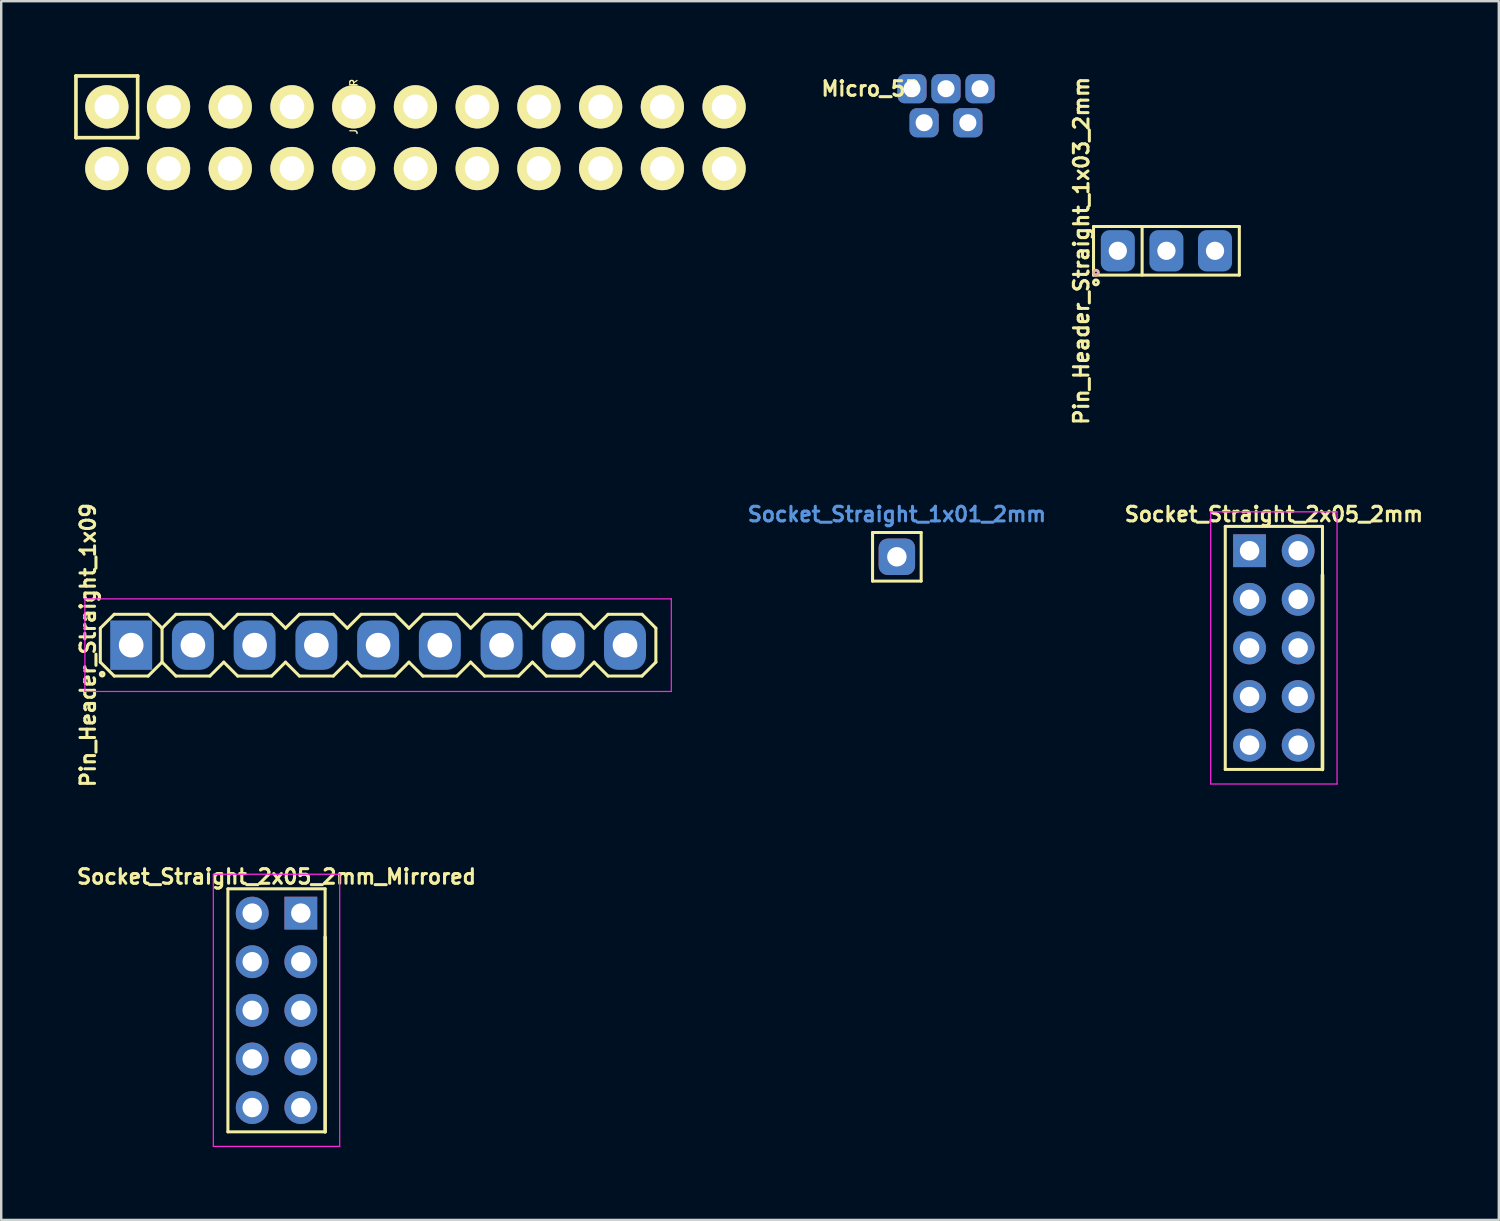
<source format=kicad_pcb>
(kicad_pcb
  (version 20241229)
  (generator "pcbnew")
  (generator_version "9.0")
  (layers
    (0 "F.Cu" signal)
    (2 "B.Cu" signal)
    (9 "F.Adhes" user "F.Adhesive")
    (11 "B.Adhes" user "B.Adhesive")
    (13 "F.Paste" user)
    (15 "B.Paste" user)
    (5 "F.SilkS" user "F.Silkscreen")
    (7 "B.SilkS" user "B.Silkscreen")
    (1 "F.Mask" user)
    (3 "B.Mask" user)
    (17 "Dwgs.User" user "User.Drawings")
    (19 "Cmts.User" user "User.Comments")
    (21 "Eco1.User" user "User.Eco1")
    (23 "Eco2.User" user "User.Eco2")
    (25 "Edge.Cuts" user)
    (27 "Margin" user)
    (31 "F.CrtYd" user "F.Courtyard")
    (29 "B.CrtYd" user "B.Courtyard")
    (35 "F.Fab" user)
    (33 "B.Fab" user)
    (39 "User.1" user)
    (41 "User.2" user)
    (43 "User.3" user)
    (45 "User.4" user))
  (footprint "Socket_Straight_2x05_2mm_Mirrored"
    (layer "F.Cu")
    (at 8.328 38.523)
    (property "Reference" "Socket_Straight_2x05_2mm_Mirrored" (at 0 -5.5 0) (layer "F.SilkS") (effects (font (size 0.6 0.6) (thickness 0.125))))
    (attr through_hole)
    (fp_line (start -2 -5) (end 2 -5) (stroke (width 0.125) (type solid)) (layer "F.SilkS"))
    (fp_line (start -2 5) (end -2 -5) (stroke (width 0.125) (type solid)) (layer "F.SilkS"))
    (fp_line (start 2 -5) (end 2 -3) (stroke (width 0.125) (type solid)) (layer "F.SilkS"))
    (fp_line (start 2 -3) (end 2 5) (stroke (width 0.15) (type solid)) (layer "F.SilkS"))
    (fp_line (start 2 5) (end -2 5) (stroke (width 0.125) (type solid)) (layer "F.SilkS"))
    (fp_line (start -2.6 -5.6) (end 2.6 -5.6) (stroke (width 0.05) (type solid)) (layer "F.CrtYd"))
    (fp_line (start -2.6 5.6) (end -2.6 -5.6) (stroke (width 0.05) (type solid)) (layer "F.CrtYd"))
    (fp_line (start 2.6 -5.6) (end 2.6 5.6) (stroke (width 0.05) (type solid)) (layer "F.CrtYd"))
    (fp_line (start 2.6 5.6) (end -2.6 5.6) (stroke (width 0.05) (type solid)) (layer "F.CrtYd"))
    (pad "1" thru_hole rect (at 1 -4) (size 1.35 1.35) (drill 0.8) (layers "*.Cu" "*.Mask"))
    (pad "2" thru_hole circle (at -1 -4) (size 1.35 1.35) (drill 0.8) (layers "*.Cu" "*.Mask"))
    (pad "3" thru_hole circle (at 1 -2) (size 1.35 1.35) (drill 0.8) (layers "*.Cu" "*.Mask"))
    (pad "4" thru_hole circle (at -1 -2) (size 1.35 1.35) (drill 0.8) (layers "*.Cu" "*.Mask"))
    (pad "5" thru_hole circle (at 1 0) (size 1.35 1.35) (drill 0.8) (layers "*.Cu" "*.Mask"))
    (pad "6" thru_hole circle (at -1 0) (size 1.35 1.35) (drill 0.8) (layers "*.Cu" "*.Mask"))
    (pad "7" thru_hole circle (at 1 2) (size 1.35 1.35) (drill 0.8) (layers "*.Cu" "*.Mask"))
    (pad "8" thru_hole circle (at -1 2) (size 1.35 1.35) (drill 0.8) (layers "*.Cu" "*.Mask"))
    (pad "9" thru_hole circle (at 1 4) (size 1.35 1.35) (drill 0.8) (layers "*.Cu" "*.Mask"))
    (pad "10" thru_hole circle (at -1 4) (size 1.35 1.35) (drill 0.8) (layers "*.Cu" "*.Mask")))
  (footprint "Socket_Straight_2x05_2mm"
    (layer "F.Cu")
    (at 49.367 23.611)
    (property "Reference" "Socket_Straight_2x05_2mm" (at 0 -5.5 0) (layer "F.SilkS") (effects (font (size 0.6 0.6) (thickness 0.125))))
    (attr through_hole)
    (fp_line (start -2 -5) (end 2 -5) (stroke (width 0.125) (type solid)) (layer "F.SilkS"))
    (fp_line (start -2 5) (end -2 -5) (stroke (width 0.125) (type solid)) (layer "F.SilkS"))
    (fp_line (start 2 -5) (end 2 -3) (stroke (width 0.125) (type solid)) (layer "F.SilkS"))
    (fp_line (start 2 -3) (end 2 5) (stroke (width 0.15) (type solid)) (layer "F.SilkS"))
    (fp_line (start 2 5) (end -2 5) (stroke (width 0.125) (type solid)) (layer "F.SilkS"))
    (fp_line (start -2.6 -5.6) (end 2.6 -5.6) (stroke (width 0.05) (type solid)) (layer "F.CrtYd"))
    (fp_line (start -2.6 5.6) (end -2.6 -5.6) (stroke (width 0.05) (type solid)) (layer "F.CrtYd"))
    (fp_line (start 2.6 -5.6) (end 2.6 5.6) (stroke (width 0.05) (type solid)) (layer "F.CrtYd"))
    (fp_line (start 2.6 5.6) (end -2.6 5.6) (stroke (width 0.05) (type solid)) (layer "F.CrtYd"))
    (pad "1" thru_hole rect (at -1 -4) (size 1.35 1.35) (drill 0.8) (layers "*.Cu" "*.Mask"))
    (pad "2" thru_hole circle (at 1 -4) (size 1.35 1.35) (drill 0.8) (layers "*.Cu" "*.Mask"))
    (pad "3" thru_hole circle (at -1 -2) (size 1.35 1.35) (drill 0.8) (layers "*.Cu" "*.Mask"))
    (pad "4" thru_hole circle (at 1 -2) (size 1.35 1.35) (drill 0.8) (layers "*.Cu" "*.Mask"))
    (pad "5" thru_hole circle (at -1 0) (size 1.35 1.35) (drill 0.8) (layers "*.Cu" "*.Mask"))
    (pad "6" thru_hole circle (at 1 0) (size 1.35 1.35) (drill 0.8) (layers "*.Cu" "*.Mask"))
    (pad "7" thru_hole circle (at -1 2) (size 1.35 1.35) (drill 0.8) (layers "*.Cu" "*.Mask"))
    (pad "8" thru_hole circle (at 1 2) (size 1.35 1.35) (drill 0.8) (layers "*.Cu" "*.Mask"))
    (pad "9" thru_hole circle (at -1 4) (size 1.35 1.35) (drill 0.8) (layers "*.Cu" "*.Mask"))
    (pad "10" thru_hole circle (at 1 4) (size 1.35 1.35) (drill 0.8) (layers "*.Cu" "*.Mask")))
  (footprint "Micro_5P"
    (layer "F.Cu")
    (at 35.876 0.6)
    (property "Reference" "Micro_5P" (at -3.1 0 0) (layer "F.SilkS") (effects (font (size 0.6 0.6) (thickness 0.125))))
    (attr exclude_from_pos_files exclude_from_bom)
    (pad "1" thru_hole roundrect (at -1.4 0) (size 1.2 1.2) (drill 0.7) (layers "*.Cu" "*.Mask") (roundrect_rratio 0.25))
    (pad "2" thru_hole roundrect (at -0.9 1.4) (size 1.2 1.2) (drill 0.7) (layers "*.Cu" "*.Mask") (roundrect_rratio 0.25))
    (pad "3" thru_hole roundrect (at 0 0) (size 1.2 1.2) (drill 0.7) (layers "*.Cu" "*.Mask") (roundrect_rratio 0.25))
    (pad "4" thru_hole roundrect (at 0.9 1.4) (size 1.2 1.2) (drill 0.7) (layers "*.Cu" "*.Mask") (roundrect_rratio 0.25))
    (pad "5" thru_hole roundrect (at 1.4 0) (size 1.2 1.2) (drill 0.7) (layers "*.Cu" "*.Mask") (roundrect_rratio 0.25)))
  (footprint "Pin_Header_Straight_1x03_2mm"
    (layer "F.Cu")
    (at 44.946 7.27)
    (property "Reference" "Pin_Header_Straight_1x03_2mm" (at -3.5 0 90) (layer "F.SilkS") (effects (font (size 0.6 0.6) (thickness 0.125))))
    (attr through_hole)
    (fp_line (start -3 -1) (end 3 -1) (stroke (width 0.125) (type solid)) (layer "F.SilkS"))
    (fp_line (start -3 1) (end -3 -1) (stroke (width 0.125) (type solid)) (layer "F.SilkS"))
    (fp_line (start -1 -1) (end -1 1) (stroke (width 0.125) (type solid)) (layer "F.SilkS"))
    (fp_line (start 3 -1) (end 3 1) (stroke (width 0.125) (type solid)) (layer "F.SilkS"))
    (fp_line (start 3 1) (end -3 1) (stroke (width 0.125) (type solid)) (layer "F.SilkS"))
    (fp_circle (center -2.9 1.3) (end -2.9 1.2) (stroke (width 0.125) (type solid)) (fill no) (layer "F.SilkS"))
    (fp_circle (center -2.9 0.9) (end -2.9 1) (stroke (width 0.125) (type solid)) (fill no) (layer "B.SilkS"))
    (pad "1" thru_hole circle (at -2 0) (size 1.25 1.25) (drill 0.75) (layers "*.Cu" "*.Mask"))
    (pad "1" connect roundrect (at -2 0) (size 1.4 1.7) (layers "B.Cu" "B.Mask") (roundrect_rratio 0.25))
    (pad "2" thru_hole circle (at 0 0) (size 1.25 1.25) (drill 0.75) (layers "*.Cu" "*.Mask"))
    (pad "2" connect roundrect (at 0 0) (size 1.4 1.7) (layers "B.Cu" "B.Mask") (roundrect_rratio 0.25))
    (pad "3" thru_hole circle (at 2 0) (size 1.25 1.25) (drill 0.75) (layers "*.Cu" "*.Mask"))
    (pad "3" connect roundrect (at 2 0) (size 1.4 1.7) (layers "B.Cu" "B.Mask") (roundrect_rratio 0.25)))
  (footprint "Pin_Header_Straight_1x09"
    (layer "F.Cu")
    (at 12.508 23.497)
    (property "Reference" "Pin_Header_Straight_1x09" (at -11.938 0 90) (layer "F.SilkS") (effects (font (size 0.6 0.6) (thickness 0.125))))
    (attr through_hole)
    (fp_line (start -11.43 -0.699) (end -11.43 0.699) (stroke (width 0.125) (type solid)) (layer "F.SilkS"))
    (fp_line (start -11.43 -0.699) (end -10.858 -1.27) (stroke (width 0.125) (type solid)) (layer "F.SilkS"))
    (fp_line (start -11.43 0.699) (end -10.858 1.27) (stroke (width 0.125) (type solid)) (layer "F.SilkS"))
    (fp_line (start -10.858 -1.27) (end -9.461 -1.27) (stroke (width 0.125) (type solid)) (layer "F.SilkS"))
    (fp_line (start -10.858 1.27) (end -9.461 1.27) (stroke (width 0.125) (type solid)) (layer "F.SilkS"))
    (fp_line (start -8.89 -0.699) (end -9.461 -1.27) (stroke (width 0.125) (type solid)) (layer "F.SilkS"))
    (fp_line (start -8.89 -0.699) (end -8.89 0.699) (stroke (width 0.125) (type solid)) (layer "F.SilkS"))
    (fp_line (start -8.89 -0.699) (end -8.319 -1.27) (stroke (width 0.125) (type solid)) (layer "F.SilkS"))
    (fp_line (start -8.89 0.699) (end -9.461 1.27) (stroke (width 0.125) (type solid)) (layer "F.SilkS"))
    (fp_line (start -8.89 0.699) (end -8.319 1.27) (stroke (width 0.125) (type solid)) (layer "F.SilkS"))
    (fp_line (start -8.319 -1.27) (end -6.921 -1.27) (stroke (width 0.125) (type solid)) (layer "F.SilkS"))
    (fp_line (start -8.319 1.27) (end -6.921 1.27) (stroke (width 0.125) (type solid)) (layer "F.SilkS"))
    (fp_line (start -6.35 -0.699) (end -6.921 -1.27) (stroke (width 0.125) (type solid)) (layer "F.SilkS"))
    (fp_line (start -6.35 -0.699) (end -5.779 -1.27) (stroke (width 0.125) (type solid)) (layer "F.SilkS"))
    (fp_line (start -6.35 0.699) (end -6.921 1.27) (stroke (width 0.125) (type solid)) (layer "F.SilkS"))
    (fp_line (start -6.35 0.699) (end -5.779 1.27) (stroke (width 0.125) (type solid)) (layer "F.SilkS"))
    (fp_line (start -5.779 -1.27) (end -4.381 -1.27) (stroke (width 0.125) (type solid)) (layer "F.SilkS"))
    (fp_line (start -5.779 1.27) (end -4.381 1.27) (stroke (width 0.125) (type solid)) (layer "F.SilkS"))
    (fp_line (start -3.81 -0.699) (end -4.381 -1.27) (stroke (width 0.125) (type solid)) (layer "F.SilkS"))
    (fp_line (start -3.81 -0.699) (end -3.239 -1.27) (stroke (width 0.125) (type solid)) (layer "F.SilkS"))
    (fp_line (start -3.81 0.699) (end -4.381 1.27) (stroke (width 0.125) (type solid)) (layer "F.SilkS"))
    (fp_line (start -3.81 0.699) (end -3.239 1.27) (stroke (width 0.125) (type solid)) (layer "F.SilkS"))
    (fp_line (start -3.239 -1.27) (end -1.841 -1.27) (stroke (width 0.125) (type solid)) (layer "F.SilkS"))
    (fp_line (start -3.239 1.27) (end -1.841 1.27) (stroke (width 0.125) (type solid)) (layer "F.SilkS"))
    (fp_line (start -1.27 -0.699) (end -1.841 -1.27) (stroke (width 0.125) (type solid)) (layer "F.SilkS"))
    (fp_line (start -1.27 -0.699) (end -0.699 -1.27) (stroke (width 0.125) (type solid)) (layer "F.SilkS"))
    (fp_line (start -1.27 0.699) (end -1.841 1.27) (stroke (width 0.125) (type solid)) (layer "F.SilkS"))
    (fp_line (start -1.27 0.699) (end -0.699 1.27) (stroke (width 0.125) (type solid)) (layer "F.SilkS"))
    (fp_line (start -0.699 -1.27) (end 0.699 -1.27) (stroke (width 0.125) (type solid)) (layer "F.SilkS"))
    (fp_line (start -0.699 1.27) (end 0.699 1.27) (stroke (width 0.125) (type solid)) (layer "F.SilkS"))
    (fp_line (start 1.27 -0.699) (end 0.699 -1.27) (stroke (width 0.125) (type solid)) (layer "F.SilkS"))
    (fp_line (start 1.27 -0.699) (end 1.841 -1.27) (stroke (width 0.125) (type solid)) (layer "F.SilkS"))
    (fp_line (start 1.27 0.699) (end 0.699 1.27) (stroke (width 0.125) (type solid)) (layer "F.SilkS"))
    (fp_line (start 1.27 0.699) (end 1.841 1.27) (stroke (width 0.125) (type solid)) (layer "F.SilkS"))
    (fp_line (start 1.841 -1.27) (end 3.239 -1.27) (stroke (width 0.125) (type solid)) (layer "F.SilkS"))
    (fp_line (start 1.841 1.27) (end 3.239 1.27) (stroke (width 0.125) (type solid)) (layer "F.SilkS"))
    (fp_line (start 3.81 -0.699) (end 3.239 -1.27) (stroke (width 0.125) (type solid)) (layer "F.SilkS"))
    (fp_line (start 3.81 -0.699) (end 4.381 -1.27) (stroke (width 0.125) (type solid)) (layer "F.SilkS"))
    (fp_line (start 3.81 0.699) (end 3.239 1.27) (stroke (width 0.125) (type solid)) (layer "F.SilkS"))
    (fp_line (start 3.81 0.699) (end 4.381 1.27) (stroke (width 0.125) (type solid)) (layer "F.SilkS"))
    (fp_line (start 4.381 -1.27) (end 5.779 -1.27) (stroke (width 0.125) (type solid)) (layer "F.SilkS"))
    (fp_line (start 4.381 1.27) (end 5.779 1.27) (stroke (width 0.125) (type solid)) (layer "F.SilkS"))
    (fp_line (start 6.35 -0.699) (end 5.779 -1.27) (stroke (width 0.125) (type solid)) (layer "F.SilkS"))
    (fp_line (start 6.35 -0.699) (end 6.921 -1.27) (stroke (width 0.125) (type solid)) (layer "F.SilkS"))
    (fp_line (start 6.35 0.699) (end 5.779 1.27) (stroke (width 0.125) (type solid)) (layer "F.SilkS"))
    (fp_line (start 6.35 0.699) (end 6.921 1.27) (stroke (width 0.125) (type solid)) (layer "F.SilkS"))
    (fp_line (start 6.921 -1.27) (end 8.319 -1.27) (stroke (width 0.125) (type solid)) (layer "F.SilkS"))
    (fp_line (start 8.319 1.27) (end 6.921 1.27) (stroke (width 0.125) (type solid)) (layer "F.SilkS"))
    (fp_line (start 8.89 -0.699) (end 8.319 -1.27) (stroke (width 0.125) (type solid)) (layer "F.SilkS"))
    (fp_line (start 8.89 -0.699) (end 9.461 -1.27) (stroke (width 0.125) (type solid)) (layer "F.SilkS"))
    (fp_line (start 8.89 0.699) (end 8.319 1.27) (stroke (width 0.125) (type solid)) (layer "F.SilkS"))
    (fp_line (start 8.89 0.699) (end 9.461 1.27) (stroke (width 0.125) (type solid)) (layer "F.SilkS"))
    (fp_line (start 10.858 -1.27) (end 9.461 -1.27) (stroke (width 0.125) (type solid)) (layer "F.SilkS"))
    (fp_line (start 10.858 1.27) (end 9.461 1.27) (stroke (width 0.125) (type solid)) (layer "F.SilkS"))
    (fp_line (start 11.43 -0.699) (end 10.858 -1.27) (stroke (width 0.125) (type solid)) (layer "F.SilkS"))
    (fp_line (start 11.43 -0.699) (end 11.43 0.699) (stroke (width 0.125) (type solid)) (layer "F.SilkS"))
    (fp_line (start 11.43 0.699) (end 10.858 1.27) (stroke (width 0.125) (type solid)) (layer "F.SilkS"))
    (fp_circle (center -11.354 1.194) (end -11.354 1.27) (stroke (width 0.125) (type solid)) (fill no) (layer "F.SilkS"))
    (fp_line (start -12.065 -1.905) (end -12.065 1.905) (stroke (width 0.05) (type solid)) (layer "F.CrtYd"))
    (fp_line (start -12.065 1.905) (end 12.065 1.905) (stroke (width 0.05) (type solid)) (layer "F.CrtYd"))
    (fp_line (start 12.065 -1.905) (end -12.065 -1.905) (stroke (width 0.05) (type solid)) (layer "F.CrtYd"))
    (fp_line (start 12.065 1.905) (end 12.065 -1.905) (stroke (width 0.05) (type solid)) (layer "F.CrtYd"))
    (pad "1" thru_hole circle (at -10.16 0) (size 1.524 1.524) (drill 1.016) (layers "*.Cu" "*.Mask"))
    (pad "1" connect rect (at -10.16 0) (size 1.727 2.032) (layers "B.Cu" "B.Mask"))
    (pad "2" thru_hole circle (at -7.62 0) (size 1.524 1.524) (drill 1.016) (layers "*.Cu" "*.Mask"))
    (pad "2" connect roundrect (at -7.62 0) (size 1.727 2.032) (layers "B.Cu" "B.Mask") (roundrect_rratio 0.333))
    (pad "3" thru_hole circle (at -5.08 0) (size 1.524 1.524) (drill 1.016) (layers "*.Cu" "*.Mask"))
    (pad "3" connect roundrect (at -5.08 0) (size 1.727 2.032) (layers "B.Cu" "B.Mask") (roundrect_rratio 0.333))
    (pad "4" thru_hole circle (at -2.54 0) (size 1.524 1.524) (drill 1.016) (layers "*.Cu" "*.Mask"))
    (pad "4" connect roundrect (at -2.54 0) (size 1.727 2.032) (layers "B.Cu" "B.Mask") (roundrect_rratio 0.333))
    (pad "5" thru_hole circle (at 0 0) (size 1.524 1.524) (drill 1.016) (layers "*.Cu" "*.Mask"))
    (pad "5" connect roundrect (at 0 0) (size 1.727 2.032) (layers "B.Cu" "B.Mask") (roundrect_rratio 0.333))
    (pad "6" thru_hole circle (at 2.54 0) (size 1.524 1.524) (drill 1.016) (layers "*.Cu" "*.Mask"))
    (pad "6" connect roundrect (at 2.54 0) (size 1.727 2.032) (layers "B.Cu" "B.Mask") (roundrect_rratio 0.333))
    (pad "7" thru_hole circle (at 5.08 0) (size 1.524 1.524) (drill 1.016) (layers "*.Cu" "*.Mask"))
    (pad "7" connect roundrect (at 5.08 0) (size 1.727 2.032) (layers "B.Cu" "B.Mask") (roundrect_rratio 0.333))
    (pad "8" thru_hole circle (at 7.62 0) (size 1.524 1.524) (drill 1.016) (layers "*.Cu" "*.Mask"))
    (pad "8" connect roundrect (at 7.62 0) (size 1.727 2.032) (layers "B.Cu" "B.Mask") (roundrect_rratio 0.333))
    (pad "9" thru_hole circle (at 10.16 0) (size 1.524 1.524) (drill 1.016) (layers "*.Cu" "*.Mask"))
    (pad "9" connect roundrect (at 10.16 0) (size 1.727 2.032) (layers "B.Cu" "B.Mask") (roundrect_rratio 0.333)))
  (footprint "Socket_Straight_1x01_2mm"
    (layer "F.Cu")
    (at 33.854 19.861)
    (property "Reference" "Socket_Straight_1x01_2mm" (at 0 -1.75 0) (layer "Cmts.User") (effects (font (size 0.6 0.6) (thickness 0.125))))
    (attr through_hole)
    (fp_line (start -1 -1) (end 1 -1) (stroke (width 0.125) (type solid)) (layer "F.SilkS"))
    (fp_line (start -1 1) (end -1 -1) (stroke (width 0.125) (type solid)) (layer "F.SilkS"))
    (fp_line (start 1 -1) (end 1 1) (stroke (width 0.125) (type solid)) (layer "F.SilkS"))
    (fp_line (start 1 1) (end -1 1) (stroke (width 0.125) (type solid)) (layer "F.SilkS"))
    (pad "1" thru_hole roundrect (at 0 0) (size 1.5 1.5) (drill 0.8) (layers "*.Cu" "*.Mask") (roundrect_rratio 0.25)))
  (footprint "JP-22_2R"
    (layer "F.Cu")
    (at 14.045 1.345)
    (property "Reference" "JP-22_2R" (at -2.54 0 90) (layer "F.SilkS") (effects (font (size 0.3 0.3) (thickness 0.05))))
    (attr exclude_from_pos_files exclude_from_bom)
    (fp_line (start -13.97 -1.27) (end -11.43 -1.27) (stroke (width 0.15) (type solid)) (layer "F.SilkS"))
    (fp_line (start -13.97 1.27) (end -13.97 -1.27) (stroke (width 0.15) (type solid)) (layer "F.SilkS"))
    (fp_line (start -11.43 -1.27) (end -11.43 1.27) (stroke (width 0.15) (type solid)) (layer "F.SilkS"))
    (fp_line (start -11.43 1.27) (end -13.97 1.27) (stroke (width 0.15) (type solid)) (layer "F.SilkS"))
    (pad "1" thru_hole circle (at -12.7 0) (size 1.778 1.778) (drill 1.016) (layers "*.Cu" "*.Mask" "F.SilkS"))
    (pad "2" thru_hole circle (at -12.7 2.54) (size 1.778 1.778) (drill 1.016) (layers "*.Cu" "*.Mask" "F.SilkS"))
    (pad "3" thru_hole circle (at -10.16 0) (size 1.778 1.778) (drill 1.016) (layers "*.Cu" "*.Mask" "F.SilkS"))
    (pad "4" thru_hole circle (at -10.16 2.54) (size 1.778 1.778) (drill 1.016) (layers "*.Cu" "*.Mask" "F.SilkS"))
    (pad "5" thru_hole circle (at -7.62 0) (size 1.778 1.778) (drill 1.016) (layers "*.Cu" "*.Mask" "F.SilkS"))
    (pad "6" thru_hole circle (at -7.62 2.54) (size 1.778 1.778) (drill 1.016) (layers "*.Cu" "*.Mask" "F.SilkS"))
    (pad "7" thru_hole circle (at -5.08 0) (size 1.778 1.778) (drill 1.016) (layers "*.Cu" "*.Mask" "F.SilkS"))
    (pad "8" thru_hole circle (at -5.08 2.54) (size 1.778 1.778) (drill 1.016) (layers "*.Cu" "*.Mask" "F.SilkS"))
    (pad "9" thru_hole circle (at -2.54 2.54) (size 1.778 1.778) (drill 1.016) (layers "*.Cu" "*.Mask" "F.SilkS"))
    (pad "10" thru_hole circle (at -2.54 0) (size 1.778 1.778) (drill 1.016) (layers "*.Cu" "*.Mask" "F.SilkS"))
    (pad "11" thru_hole circle (at 0 2.54) (size 1.778 1.778) (drill 1.016) (layers "*.Cu" "*.Mask" "F.SilkS"))
    (pad "12" thru_hole circle (at 0 0) (size 1.778 1.778) (drill 1.016) (layers "*.Cu" "*.Mask" "F.SilkS"))
    (pad "13" thru_hole circle (at 2.54 2.54) (size 1.778 1.778) (drill 1.016) (layers "*.Cu" "*.Mask" "F.SilkS"))
    (pad "14" thru_hole circle (at 2.54 0) (size 1.778 1.778) (drill 1.016) (layers "*.Cu" "*.Mask" "F.SilkS"))
    (pad "15" thru_hole circle (at 5.08 2.54) (size 1.778 1.778) (drill 1.016) (layers "*.Cu" "*.Mask" "F.SilkS"))
    (pad "16" thru_hole circle (at 5.08 0) (size 1.778 1.778) (drill 1.016) (layers "*.Cu" "*.Mask" "F.SilkS"))
    (pad "17" thru_hole circle (at 7.62 2.54) (size 1.778 1.778) (drill 1.016) (layers "*.Cu" "*.Mask" "F.SilkS"))
    (pad "18" thru_hole circle (at 7.62 0) (size 1.778 1.778) (drill 1.016) (layers "*.Cu" "*.Mask" "F.SilkS"))
    (pad "19" thru_hole circle (at 10.16 2.54) (size 1.778 1.778) (drill 1.016) (layers "*.Cu" "*.Mask" "F.SilkS"))
    (pad "20" thru_hole circle (at 10.16 0) (size 1.778 1.778) (drill 1.016) (layers "*.Cu" "*.Mask" "F.SilkS"))
    (pad "21" thru_hole circle (at 12.7 2.54) (size 1.778 1.778) (drill 1.016) (layers "*.Cu" "*.Mask" "F.SilkS"))
    (pad "22" thru_hole circle (at 12.7 0) (size 1.778 1.778) (drill 1.016) (layers "*.Cu" "*.Mask" "F.SilkS")))
  (gr_rect
    (start -3 -3)
    (end 58.623 47.148)
    (stroke (width 0.1) (type default))
    (fill no)
    (layer "Edge.Cuts")))
</source>
